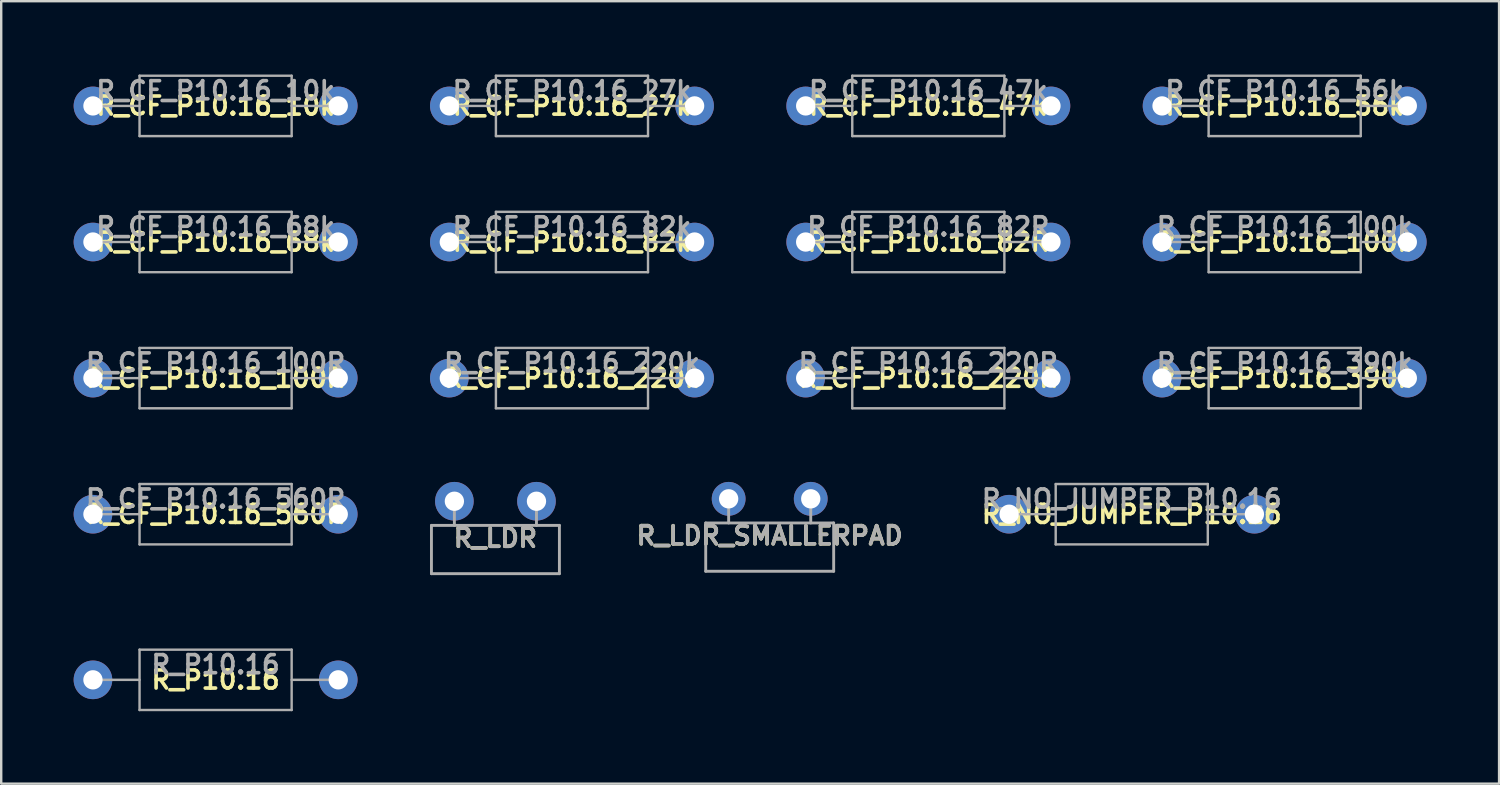
<source format=kicad_pcb>
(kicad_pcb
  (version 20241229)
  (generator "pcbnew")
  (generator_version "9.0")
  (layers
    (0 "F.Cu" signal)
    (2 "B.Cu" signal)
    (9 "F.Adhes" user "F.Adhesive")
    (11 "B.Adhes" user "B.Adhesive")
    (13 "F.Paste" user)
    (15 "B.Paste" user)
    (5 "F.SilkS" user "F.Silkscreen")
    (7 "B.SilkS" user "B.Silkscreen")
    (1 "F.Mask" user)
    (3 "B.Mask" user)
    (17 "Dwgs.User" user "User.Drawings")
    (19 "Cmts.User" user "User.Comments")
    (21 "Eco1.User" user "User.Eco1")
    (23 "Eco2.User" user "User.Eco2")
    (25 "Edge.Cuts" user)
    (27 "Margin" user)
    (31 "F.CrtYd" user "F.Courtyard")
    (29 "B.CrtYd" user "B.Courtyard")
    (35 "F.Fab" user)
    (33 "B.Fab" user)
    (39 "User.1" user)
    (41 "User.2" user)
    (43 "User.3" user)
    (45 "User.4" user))
  (footprint "R_LDR"
    (layer "F.Cu")
    (at 17.47 17.711)
    (property "Reference" "R_LDR" (at 0 1.524 0) (layer "F.SilkS") (effects (font (size 0.75 0.75) (thickness 0.15))))
    (attr through_hole)
    (fp_line (start -2.65 1) (end -2.65 3) (stroke (width 0.12) (type solid)) (layer "F.Fab"))
    (fp_line (start -2.65 3) (end 2.65 3) (stroke (width 0.12) (type solid)) (layer "F.Fab"))
    (fp_line (start -1.7 0) (end -1.7 1) (stroke (width 0.12) (type solid)) (layer "F.Fab"))
    (fp_line (start 1.7 0) (end 1.7 1) (stroke (width 0.12) (type solid)) (layer "F.Fab"))
    (fp_line (start 2.65 1) (end -2.65 1) (stroke (width 0.12) (type solid)) (layer "F.Fab"))
    (fp_line (start 2.65 1) (end 2.65 3) (stroke (width 0.12) (type solid)) (layer "F.Fab"))
    (fp_text user "${REFERENCE}" (at 0 1.524 0) (layer "F.Fab") (effects (font (size 0.75 0.75) (thickness 0.15))))
    (pad "" connect circle (at -1.7 0) (size 0.8 0.8) (layers "F.Mask"))
    (pad "" connect circle (at 1.7 0) (size 0.8 0.8) (layers "F.Mask"))
    (pad "1" thru_hole circle (at -1.7 0) (size 1.6 1.6) (drill 0.8) (layers "B.Cu" "B.Mask"))
    (pad "2" thru_hole circle (at 1.7 0) (size 1.6 1.6) (drill 0.8) (layers "B.Cu" "B.Mask")))
  (footprint "R_CF_P10.16_220R"
    (layer "F.Cu")
    (at 35.4 12.611)
    (property "Reference" "R_CF_P10.16_220R" (at 0 0 0) (layer "F.SilkS") (effects (font (size 0.75 0.75) (thickness 0.15))))
    (attr through_hole)
    (fp_line (start -5.08 0) (end -3.15 0) (stroke (width 0.1) (type solid)) (layer "F.Fab"))
    (fp_line (start -3.15 -1.25) (end -3.15 1.25) (stroke (width 0.1) (type solid)) (layer "F.Fab"))
    (fp_line (start -3.15 1.25) (end 3.15 1.25) (stroke (width 0.1) (type solid)) (layer "F.Fab"))
    (fp_line (start 3.15 -1.25) (end -3.15 -1.25) (stroke (width 0.1) (type solid)) (layer "F.Fab"))
    (fp_line (start 3.15 1.25) (end 3.15 -1.25) (stroke (width 0.1) (type solid)) (layer "F.Fab"))
    (fp_line (start 5.08 0) (end 3.15 0) (stroke (width 0.1) (type solid)) (layer "F.Fab"))
    (fp_text user "${REFERENCE}" (at 0 -0.635 0) (layer "F.Fab") (effects (font (size 0.75 0.75) (thickness 0.15))))
    (pad "" connect circle (at -5.08 0) (size 0.8 0.8) (layers "F.Mask"))
    (pad "" connect circle (at 5.08 0) (size 0.8 0.8) (layers "F.Mask"))
    (pad "" connect circle (at 5.08 0) (size 0.8 0.8) (layers "B.Mask"))
    (pad "1" thru_hole circle (at -5.08 0) (size 1.6 1.6) (drill 0.8) (layers "B.Cu" "B.Mask"))
    (pad "2" thru_hole circle (at 5.08 0) (size 1.6 1.6) (drill 0.8) (layers "B.Cu" "B.Mask")))
  (footprint "R_CF_P10.16_560R"
    (layer "F.Cu")
    (at 5.88 18.248)
    (property "Reference" "R_CF_P10.16_560R" (at 0 0 0) (layer "F.SilkS") (effects (font (size 0.75 0.75) (thickness 0.15))))
    (attr through_hole)
    (fp_line (start -5.08 0) (end -3.15 0) (stroke (width 0.1) (type solid)) (layer "F.Fab"))
    (fp_line (start -3.15 -1.25) (end -3.15 1.25) (stroke (width 0.1) (type solid)) (layer "F.Fab"))
    (fp_line (start -3.15 1.25) (end 3.15 1.25) (stroke (width 0.1) (type solid)) (layer "F.Fab"))
    (fp_line (start 3.15 -1.25) (end -3.15 -1.25) (stroke (width 0.1) (type solid)) (layer "F.Fab"))
    (fp_line (start 3.15 1.25) (end 3.15 -1.25) (stroke (width 0.1) (type solid)) (layer "F.Fab"))
    (fp_line (start 5.08 0) (end 3.15 0) (stroke (width 0.1) (type solid)) (layer "F.Fab"))
    (fp_text user "${REFERENCE}" (at 0 -0.635 0) (layer "F.Fab") (effects (font (size 0.75 0.75) (thickness 0.15))))
    (pad "" connect circle (at -5.08 0) (size 0.8 0.8) (layers "F.Mask"))
    (pad "" connect circle (at 5.08 0) (size 0.8 0.8) (layers "F.Mask"))
    (pad "" connect circle (at 5.08 0) (size 0.8 0.8) (layers "B.Mask"))
    (pad "1" thru_hole circle (at -5.08 0) (size 1.6 1.6) (drill 0.8) (layers "B.Cu" "B.Mask"))
    (pad "2" thru_hole circle (at 5.08 0) (size 1.6 1.6) (drill 0.8) (layers "B.Cu" "B.Mask")))
  (footprint "R_CF_P10.16_100k"
    (layer "F.Cu")
    (at 50.16 6.974)
    (property "Reference" "R_CF_P10.16_100k" (at 0 0 0) (layer "F.SilkS") (effects (font (size 0.75 0.75) (thickness 0.15))))
    (attr through_hole)
    (fp_line (start -5.08 0) (end -3.15 0) (stroke (width 0.1) (type solid)) (layer "F.Fab"))
    (fp_line (start -3.15 -1.25) (end -3.15 1.25) (stroke (width 0.1) (type solid)) (layer "F.Fab"))
    (fp_line (start -3.15 1.25) (end 3.15 1.25) (stroke (width 0.1) (type solid)) (layer "F.Fab"))
    (fp_line (start 3.15 -1.25) (end -3.15 -1.25) (stroke (width 0.1) (type solid)) (layer "F.Fab"))
    (fp_line (start 3.15 1.25) (end 3.15 -1.25) (stroke (width 0.1) (type solid)) (layer "F.Fab"))
    (fp_line (start 5.08 0) (end 3.15 0) (stroke (width 0.1) (type solid)) (layer "F.Fab"))
    (fp_text user "${REFERENCE}" (at 0 -0.635 0) (layer "F.Fab") (effects (font (size 0.75 0.75) (thickness 0.15))))
    (pad "" connect circle (at -5.08 0) (size 0.8 0.8) (layers "F.Mask"))
    (pad "" connect circle (at 5.08 0) (size 0.8 0.8) (layers "F.Mask"))
    (pad "" connect circle (at 5.08 0) (size 0.8 0.8) (layers "B.Mask"))
    (pad "1" thru_hole circle (at -5.08 0) (size 1.6 1.6) (drill 0.8) (layers "B.Cu" "B.Mask"))
    (pad "2" thru_hole circle (at 5.08 0) (size 1.6 1.6) (drill 0.8) (layers "B.Cu" "B.Mask")))
  (footprint "R_CF_P10.16_56k"
    (layer "F.Cu")
    (at 50.16 1.337)
    (property "Reference" "R_CF_P10.16_56k" (at 0 0 0) (layer "F.SilkS") (effects (font (size 0.75 0.75) (thickness 0.15))))
    (attr through_hole)
    (fp_line (start -5.08 0) (end -3.15 0) (stroke (width 0.1) (type solid)) (layer "F.Fab"))
    (fp_line (start -3.15 -1.25) (end -3.15 1.25) (stroke (width 0.1) (type solid)) (layer "F.Fab"))
    (fp_line (start -3.15 1.25) (end 3.15 1.25) (stroke (width 0.1) (type solid)) (layer "F.Fab"))
    (fp_line (start 3.15 -1.25) (end -3.15 -1.25) (stroke (width 0.1) (type solid)) (layer "F.Fab"))
    (fp_line (start 3.15 1.25) (end 3.15 -1.25) (stroke (width 0.1) (type solid)) (layer "F.Fab"))
    (fp_line (start 5.08 0) (end 3.15 0) (stroke (width 0.1) (type solid)) (layer "F.Fab"))
    (fp_text user "${REFERENCE}" (at 0 -0.635 0) (layer "F.Fab") (effects (font (size 0.75 0.75) (thickness 0.15))))
    (pad "" connect circle (at -5.08 0) (size 0.8 0.8) (layers "F.Mask"))
    (pad "" connect circle (at 5.08 0) (size 0.8 0.8) (layers "F.Mask"))
    (pad "" connect circle (at 5.08 0) (size 0.8 0.8) (layers "B.Mask"))
    (pad "1" thru_hole circle (at -5.08 0) (size 1.6 1.6) (drill 0.8) (layers "B.Cu" "B.Mask"))
    (pad "2" thru_hole circle (at 5.08 0) (size 1.6 1.6) (drill 0.8) (layers "B.Cu" "B.Mask")))
  (footprint "R_CF_P10.16_68k"
    (layer "F.Cu")
    (at 5.88 6.974)
    (property "Reference" "R_CF_P10.16_68k" (at 0 0 0) (layer "F.SilkS") (effects (font (size 0.75 0.75) (thickness 0.15))))
    (attr through_hole)
    (fp_line (start -5.08 0) (end -3.15 0) (stroke (width 0.1) (type solid)) (layer "F.Fab"))
    (fp_line (start -3.15 -1.25) (end -3.15 1.25) (stroke (width 0.1) (type solid)) (layer "F.Fab"))
    (fp_line (start -3.15 1.25) (end 3.15 1.25) (stroke (width 0.1) (type solid)) (layer "F.Fab"))
    (fp_line (start 3.15 -1.25) (end -3.15 -1.25) (stroke (width 0.1) (type solid)) (layer "F.Fab"))
    (fp_line (start 3.15 1.25) (end 3.15 -1.25) (stroke (width 0.1) (type solid)) (layer "F.Fab"))
    (fp_line (start 5.08 0) (end 3.15 0) (stroke (width 0.1) (type solid)) (layer "F.Fab"))
    (fp_text user "${REFERENCE}" (at 0 -0.635 0) (layer "F.Fab") (effects (font (size 0.75 0.75) (thickness 0.15))))
    (pad "" connect circle (at -5.08 0) (size 0.8 0.8) (layers "F.Mask"))
    (pad "" connect circle (at 5.08 0) (size 0.8 0.8) (layers "F.Mask"))
    (pad "" connect circle (at 5.08 0) (size 0.8 0.8) (layers "B.Mask"))
    (pad "1" thru_hole circle (at -5.08 0) (size 1.6 1.6) (drill 0.8) (layers "B.Cu" "B.Mask"))
    (pad "2" thru_hole circle (at 5.08 0) (size 1.6 1.6) (drill 0.8) (layers "B.Cu" "B.Mask")))
  (footprint "R_P10.16"
    (layer "F.Cu")
    (at 5.88 25.108)
    (property "Reference" "R_P10.16" (at 0 0 0) (layer "F.SilkS") (effects (font (size 0.75 0.75) (thickness 0.15))))
    (attr through_hole)
    (fp_line (start -5.08 0) (end -3.15 0) (stroke (width 0.1) (type solid)) (layer "F.Fab"))
    (fp_line (start -3.15 -1.25) (end -3.15 1.25) (stroke (width 0.1) (type solid)) (layer "F.Fab"))
    (fp_line (start -3.15 1.25) (end 3.15 1.25) (stroke (width 0.1) (type solid)) (layer "F.Fab"))
    (fp_line (start 3.15 -1.25) (end -3.15 -1.25) (stroke (width 0.1) (type solid)) (layer "F.Fab"))
    (fp_line (start 3.15 1.25) (end 3.15 -1.25) (stroke (width 0.1) (type solid)) (layer "F.Fab"))
    (fp_line (start 5.08 0) (end 3.15 0) (stroke (width 0.1) (type solid)) (layer "F.Fab"))
    (fp_text user "${REFERENCE}" (at 0 -0.635 0) (layer "F.Fab") (effects (font (size 0.75 0.75) (thickness 0.15))))
    (pad "" connect circle (at -5.08 0) (size 0.8 0.8) (layers "F.Mask"))
    (pad "" connect circle (at 5.08 0) (size 0.8 0.8) (layers "F.Mask"))
    (pad "" connect circle (at 5.08 0) (size 0.8 0.8) (layers "B.Mask"))
    (pad "1" thru_hole circle (at -5.08 0) (size 1.6 1.6) (drill 0.8) (layers "B.Cu" "B.Mask"))
    (pad "2" thru_hole circle (at 5.08 0) (size 1.6 1.6) (drill 0.8) (layers "B.Cu" "B.Mask")))
  (footprint "R_CF_P10.16_27k"
    (layer "F.Cu")
    (at 20.64 1.337)
    (property "Reference" "R_CF_P10.16_27k" (at 0 0 0) (layer "F.SilkS") (effects (font (size 0.75 0.75) (thickness 0.15))))
    (attr through_hole)
    (fp_line (start -5.08 0) (end -3.15 0) (stroke (width 0.1) (type solid)) (layer "F.Fab"))
    (fp_line (start -3.15 -1.25) (end -3.15 1.25) (stroke (width 0.1) (type solid)) (layer "F.Fab"))
    (fp_line (start -3.15 1.25) (end 3.15 1.25) (stroke (width 0.1) (type solid)) (layer "F.Fab"))
    (fp_line (start 3.15 -1.25) (end -3.15 -1.25) (stroke (width 0.1) (type solid)) (layer "F.Fab"))
    (fp_line (start 3.15 1.25) (end 3.15 -1.25) (stroke (width 0.1) (type solid)) (layer "F.Fab"))
    (fp_line (start 5.08 0) (end 3.15 0) (stroke (width 0.1) (type solid)) (layer "F.Fab"))
    (fp_text user "${REFERENCE}" (at 0 -0.635 0) (layer "F.Fab") (effects (font (size 0.75 0.75) (thickness 0.15))))
    (pad "" connect circle (at -5.08 0) (size 0.8 0.8) (layers "F.Mask"))
    (pad "" connect circle (at 5.08 0) (size 0.8 0.8) (layers "F.Mask"))
    (pad "" connect circle (at 5.08 0) (size 0.8 0.8) (layers "B.Mask"))
    (pad "1" thru_hole circle (at -5.08 0) (size 1.6 1.6) (drill 0.8) (layers "B.Cu" "B.Mask"))
    (pad "2" thru_hole circle (at 5.08 0) (size 1.6 1.6) (drill 0.8) (layers "B.Cu" "B.Mask")))
  (footprint "R_CF_P10.16_220k"
    (layer "F.Cu")
    (at 20.64 12.611)
    (property "Reference" "R_CF_P10.16_220k" (at 0 0 0) (layer "F.SilkS") (effects (font (size 0.75 0.75) (thickness 0.15))))
    (attr through_hole)
    (fp_line (start -5.08 0) (end -3.15 0) (stroke (width 0.1) (type solid)) (layer "F.Fab"))
    (fp_line (start -3.15 -1.25) (end -3.15 1.25) (stroke (width 0.1) (type solid)) (layer "F.Fab"))
    (fp_line (start -3.15 1.25) (end 3.15 1.25) (stroke (width 0.1) (type solid)) (layer "F.Fab"))
    (fp_line (start 3.15 -1.25) (end -3.15 -1.25) (stroke (width 0.1) (type solid)) (layer "F.Fab"))
    (fp_line (start 3.15 1.25) (end 3.15 -1.25) (stroke (width 0.1) (type solid)) (layer "F.Fab"))
    (fp_line (start 5.08 0) (end 3.15 0) (stroke (width 0.1) (type solid)) (layer "F.Fab"))
    (fp_text user "${REFERENCE}" (at 0 -0.635 0) (layer "F.Fab") (effects (font (size 0.75 0.75) (thickness 0.15))))
    (pad "" connect circle (at -5.08 0) (size 0.8 0.8) (layers "F.Mask"))
    (pad "" connect circle (at 5.08 0) (size 0.8 0.8) (layers "F.Mask"))
    (pad "" connect circle (at 5.08 0) (size 0.8 0.8) (layers "B.Mask"))
    (pad "1" thru_hole circle (at -5.08 0) (size 1.6 1.6) (drill 0.8) (layers "B.Cu" "B.Mask"))
    (pad "2" thru_hole circle (at 5.08 0) (size 1.6 1.6) (drill 0.8) (layers "B.Cu" "B.Mask")))
  (footprint "R_CF_P10.16_390k"
    (layer "F.Cu")
    (at 50.16 12.611)
    (property "Reference" "R_CF_P10.16_390k" (at 0 0 0) (layer "F.SilkS") (effects (font (size 0.75 0.75) (thickness 0.15))))
    (attr through_hole)
    (fp_line (start -5.08 0) (end -3.15 0) (stroke (width 0.1) (type solid)) (layer "F.Fab"))
    (fp_line (start -3.15 -1.25) (end -3.15 1.25) (stroke (width 0.1) (type solid)) (layer "F.Fab"))
    (fp_line (start -3.15 1.25) (end 3.15 1.25) (stroke (width 0.1) (type solid)) (layer "F.Fab"))
    (fp_line (start 3.15 -1.25) (end -3.15 -1.25) (stroke (width 0.1) (type solid)) (layer "F.Fab"))
    (fp_line (start 3.15 1.25) (end 3.15 -1.25) (stroke (width 0.1) (type solid)) (layer "F.Fab"))
    (fp_line (start 5.08 0) (end 3.15 0) (stroke (width 0.1) (type solid)) (layer "F.Fab"))
    (fp_text user "${REFERENCE}" (at 0 -0.635 0) (layer "F.Fab") (effects (font (size 0.75 0.75) (thickness 0.15))))
    (pad "" connect circle (at -5.08 0) (size 0.8 0.8) (layers "F.Mask"))
    (pad "" connect circle (at 5.08 0) (size 0.8 0.8) (layers "F.Mask"))
    (pad "" connect circle (at 5.08 0) (size 0.8 0.8) (layers "B.Mask"))
    (pad "1" thru_hole circle (at -5.08 0) (size 1.6 1.6) (drill 0.8) (layers "B.Cu" "B.Mask"))
    (pad "2" thru_hole circle (at 5.08 0) (size 1.6 1.6) (drill 0.8) (layers "B.Cu" "B.Mask")))
  (footprint "R_CF_P10.16_47k"
    (layer "F.Cu")
    (at 35.4 1.337)
    (property "Reference" "R_CF_P10.16_47k" (at 0 0 0) (layer "F.SilkS") (effects (font (size 0.75 0.75) (thickness 0.15))))
    (attr through_hole)
    (fp_line (start -5.08 0) (end -3.15 0) (stroke (width 0.1) (type solid)) (layer "F.Fab"))
    (fp_line (start -3.15 -1.25) (end -3.15 1.25) (stroke (width 0.1) (type solid)) (layer "F.Fab"))
    (fp_line (start -3.15 1.25) (end 3.15 1.25) (stroke (width 0.1) (type solid)) (layer "F.Fab"))
    (fp_line (start 3.15 -1.25) (end -3.15 -1.25) (stroke (width 0.1) (type solid)) (layer "F.Fab"))
    (fp_line (start 3.15 1.25) (end 3.15 -1.25) (stroke (width 0.1) (type solid)) (layer "F.Fab"))
    (fp_line (start 5.08 0) (end 3.15 0) (stroke (width 0.1) (type solid)) (layer "F.Fab"))
    (fp_text user "${REFERENCE}" (at 0 -0.635 0) (layer "F.Fab") (effects (font (size 0.75 0.75) (thickness 0.15))))
    (pad "" connect circle (at -5.08 0) (size 0.8 0.8) (layers "F.Mask"))
    (pad "" connect circle (at 5.08 0) (size 0.8 0.8) (layers "F.Mask"))
    (pad "" connect circle (at 5.08 0) (size 0.8 0.8) (layers "B.Mask"))
    (pad "1" thru_hole circle (at -5.08 0) (size 1.6 1.6) (drill 0.8) (layers "B.Cu" "B.Mask"))
    (pad "2" thru_hole circle (at 5.08 0) (size 1.6 1.6) (drill 0.8) (layers "B.Cu" "B.Mask")))
  (footprint "R_CF_P10.16_82R"
    (layer "F.Cu")
    (at 35.4 6.974)
    (property "Reference" "R_CF_P10.16_82R" (at 0 0 0) (layer "F.SilkS") (effects (font (size 0.75 0.75) (thickness 0.15))))
    (attr through_hole)
    (fp_line (start -5.08 0) (end -3.15 0) (stroke (width 0.1) (type solid)) (layer "F.Fab"))
    (fp_line (start -3.15 -1.25) (end -3.15 1.25) (stroke (width 0.1) (type solid)) (layer "F.Fab"))
    (fp_line (start -3.15 1.25) (end 3.15 1.25) (stroke (width 0.1) (type solid)) (layer "F.Fab"))
    (fp_line (start 3.15 -1.25) (end -3.15 -1.25) (stroke (width 0.1) (type solid)) (layer "F.Fab"))
    (fp_line (start 3.15 1.25) (end 3.15 -1.25) (stroke (width 0.1) (type solid)) (layer "F.Fab"))
    (fp_line (start 5.08 0) (end 3.15 0) (stroke (width 0.1) (type solid)) (layer "F.Fab"))
    (fp_text user "${REFERENCE}" (at 0 -0.635 0) (layer "F.Fab") (effects (font (size 0.75 0.75) (thickness 0.15))))
    (pad "" connect circle (at -5.08 0) (size 0.8 0.8) (layers "F.Mask"))
    (pad "" connect circle (at 5.08 0) (size 0.8 0.8) (layers "F.Mask"))
    (pad "" connect circle (at 5.08 0) (size 0.8 0.8) (layers "B.Mask"))
    (pad "1" thru_hole circle (at -5.08 0) (size 1.6 1.6) (drill 0.8) (layers "B.Cu" "B.Mask"))
    (pad "2" thru_hole circle (at 5.08 0) (size 1.6 1.6) (drill 0.8) (layers "B.Cu" "B.Mask")))
  (footprint "R_LDR_SMALLERPAD"
    (layer "F.Cu")
    (at 28.83 17.611)
    (property "Reference" "R_LDR_SMALLERPAD" (at 0 1.524 0) (layer "F.SilkS") (effects (font (size 0.75 0.75) (thickness 0.15))))
    (attr through_hole)
    (fp_line (start -2.65 1) (end -2.65 3) (stroke (width 0.12) (type solid)) (layer "F.Fab"))
    (fp_line (start -2.65 3) (end 2.65 3) (stroke (width 0.12) (type solid)) (layer "F.Fab"))
    (fp_line (start -1.7 0) (end -1.7 1) (stroke (width 0.12) (type solid)) (layer "F.Fab"))
    (fp_line (start 1.7 0) (end 1.7 1) (stroke (width 0.12) (type solid)) (layer "F.Fab"))
    (fp_line (start 2.65 1) (end -2.65 1) (stroke (width 0.12) (type solid)) (layer "F.Fab"))
    (fp_line (start 2.65 1) (end 2.65 3) (stroke (width 0.12) (type solid)) (layer "F.Fab"))
    (fp_text user "${REFERENCE}" (at 0 1.524 0) (layer "F.Fab") (effects (font (size 0.75 0.75) (thickness 0.15))))
    (pad "" connect circle (at -1.7 0) (size 0.8 0.8) (layers "F.Mask"))
    (pad "" connect circle (at 1.7 0) (size 0.8 0.8) (layers "F.Mask"))
    (pad "1" thru_hole circle (at -1.7 0) (size 1.4 1.4) (drill 0.8) (layers "B.Cu" "B.Mask"))
    (pad "2" thru_hole circle (at 1.7 0) (size 1.4 1.4) (drill 0.8) (layers "B.Cu" "B.Mask")))
  (footprint "R_CF_P10.16_10k"
    (layer "F.Cu")
    (at 5.88 1.337)
    (property "Reference" "R_CF_P10.16_10k" (at 0 0 0) (layer "F.SilkS") (effects (font (size 0.75 0.75) (thickness 0.15))))
    (attr through_hole)
    (fp_line (start -5.08 0) (end -3.15 0) (stroke (width 0.1) (type solid)) (layer "F.Fab"))
    (fp_line (start -3.15 -1.25) (end -3.15 1.25) (stroke (width 0.1) (type solid)) (layer "F.Fab"))
    (fp_line (start -3.15 1.25) (end 3.15 1.25) (stroke (width 0.1) (type solid)) (layer "F.Fab"))
    (fp_line (start 3.15 -1.25) (end -3.15 -1.25) (stroke (width 0.1) (type solid)) (layer "F.Fab"))
    (fp_line (start 3.15 1.25) (end 3.15 -1.25) (stroke (width 0.1) (type solid)) (layer "F.Fab"))
    (fp_line (start 5.08 0) (end 3.15 0) (stroke (width 0.1) (type solid)) (layer "F.Fab"))
    (fp_text user "${REFERENCE}" (at 0 -0.635 0) (layer "F.Fab") (effects (font (size 0.75 0.75) (thickness 0.15))))
    (pad "" connect circle (at -5.08 0) (size 0.8 0.8) (layers "F.Mask"))
    (pad "" connect circle (at 5.08 0) (size 0.8 0.8) (layers "F.Mask"))
    (pad "" connect circle (at 5.08 0) (size 0.8 0.8) (layers "B.Mask"))
    (pad "1" thru_hole circle (at -5.08 0) (size 1.6 1.6) (drill 0.8) (layers "B.Cu" "B.Mask"))
    (pad "2" thru_hole circle (at 5.08 0) (size 1.6 1.6) (drill 0.8) (layers "B.Cu" "B.Mask")))
  (footprint "R_CF_P10.16_82k"
    (layer "F.Cu")
    (at 20.64 6.974)
    (property "Reference" "R_CF_P10.16_82k" (at 0 0 0) (layer "F.SilkS") (effects (font (size 0.75 0.75) (thickness 0.15))))
    (attr through_hole)
    (fp_line (start -5.08 0) (end -3.15 0) (stroke (width 0.1) (type solid)) (layer "F.Fab"))
    (fp_line (start -3.15 -1.25) (end -3.15 1.25) (stroke (width 0.1) (type solid)) (layer "F.Fab"))
    (fp_line (start -3.15 1.25) (end 3.15 1.25) (stroke (width 0.1) (type solid)) (layer "F.Fab"))
    (fp_line (start 3.15 -1.25) (end -3.15 -1.25) (stroke (width 0.1) (type solid)) (layer "F.Fab"))
    (fp_line (start 3.15 1.25) (end 3.15 -1.25) (stroke (width 0.1) (type solid)) (layer "F.Fab"))
    (fp_line (start 5.08 0) (end 3.15 0) (stroke (width 0.1) (type solid)) (layer "F.Fab"))
    (fp_text user "${REFERENCE}" (at 0 -0.635 0) (layer "F.Fab") (effects (font (size 0.75 0.75) (thickness 0.15))))
    (pad "" connect circle (at -5.08 0) (size 0.8 0.8) (layers "F.Mask"))
    (pad "" connect circle (at 5.08 0) (size 0.8 0.8) (layers "F.Mask"))
    (pad "" connect circle (at 5.08 0) (size 0.8 0.8) (layers "B.Mask"))
    (pad "1" thru_hole circle (at -5.08 0) (size 1.6 1.6) (drill 0.8) (layers "B.Cu" "B.Mask"))
    (pad "2" thru_hole circle (at 5.08 0) (size 1.6 1.6) (drill 0.8) (layers "B.Cu" "B.Mask")))
  (footprint "R_CF_P10.16_100R"
    (layer "F.Cu")
    (at 5.88 12.611)
    (property "Reference" "R_CF_P10.16_100R" (at 0 0 0) (layer "F.SilkS") (effects (font (size 0.75 0.75) (thickness 0.15))))
    (attr through_hole)
    (fp_line (start -5.08 0) (end -3.15 0) (stroke (width 0.1) (type solid)) (layer "F.Fab"))
    (fp_line (start -3.15 -1.25) (end -3.15 1.25) (stroke (width 0.1) (type solid)) (layer "F.Fab"))
    (fp_line (start -3.15 1.25) (end 3.15 1.25) (stroke (width 0.1) (type solid)) (layer "F.Fab"))
    (fp_line (start 3.15 -1.25) (end -3.15 -1.25) (stroke (width 0.1) (type solid)) (layer "F.Fab"))
    (fp_line (start 3.15 1.25) (end 3.15 -1.25) (stroke (width 0.1) (type solid)) (layer "F.Fab"))
    (fp_line (start 5.08 0) (end 3.15 0) (stroke (width 0.1) (type solid)) (layer "F.Fab"))
    (fp_text user "${REFERENCE}" (at 0 -0.635 0) (layer "F.Fab") (effects (font (size 0.75 0.75) (thickness 0.15))))
    (pad "" connect circle (at -5.08 0) (size 0.8 0.8) (layers "F.Mask"))
    (pad "" connect circle (at 5.08 0) (size 0.8 0.8) (layers "F.Mask"))
    (pad "" connect circle (at 5.08 0) (size 0.8 0.8) (layers "B.Mask"))
    (pad "1" thru_hole circle (at -5.08 0) (size 1.6 1.6) (drill 0.8) (layers "B.Cu" "B.Mask"))
    (pad "2" thru_hole circle (at 5.08 0) (size 1.6 1.6) (drill 0.8) (layers "B.Cu" "B.Mask")))
  (footprint "R_NO_JUMPER_P10.16"
    (layer "F.Cu")
    (at 43.826 18.248)
    (property "Reference" "R_NO_JUMPER_P10.16" (at 0 0 0) (layer "F.SilkS") (effects (font (size 0.75 0.75) (thickness 0.15))))
    (attr through_hole)
    (fp_line (start -5.08 0) (end -3.15 0) (stroke (width 0.1) (type solid)) (layer "F.Fab"))
    (fp_line (start -3.15 -1.25) (end -3.15 1.25) (stroke (width 0.1) (type solid)) (layer "F.Fab"))
    (fp_line (start -3.15 1.25) (end 3.15 1.25) (stroke (width 0.1) (type solid)) (layer "F.Fab"))
    (fp_line (start 3.15 -1.25) (end -3.15 -1.25) (stroke (width 0.1) (type solid)) (layer "F.Fab"))
    (fp_line (start 3.15 1.25) (end 3.15 -1.25) (stroke (width 0.1) (type solid)) (layer "F.Fab"))
    (fp_line (start 5.08 0) (end 3.15 0) (stroke (width 0.1) (type solid)) (layer "F.Fab"))
    (fp_text user "${REFERENCE}" (at 0 -0.635 0) (layer "F.Fab") (effects (font (size 0.75 0.75) (thickness 0.15))))
    (pad "" connect circle (at -5.08 0) (size 0.8 0.8) (layers "F.Mask"))
    (pad "" connect circle (at 5.08 0) (size 0.8 0.8) (layers "F.Mask"))
    (pad "" connect circle (at 5.08 0) (size 0.8 0.8) (layers "B.Mask"))
    (pad "1" thru_hole circle (at -5.08 0) (size 1.6 1.6) (drill 0.8) (layers "B.Cu" "B.Mask"))
    (pad "2" thru_hole circle (at 5.08 0) (size 1.6 1.6) (drill 0.8) (layers "B.Cu" "B.Mask")))
  (gr_rect
    (start -3 -3)
    (end 59.04 29.408)
    (stroke (width 0.1) (type default))
    (fill no)
    (layer "Edge.Cuts")))
</source>
